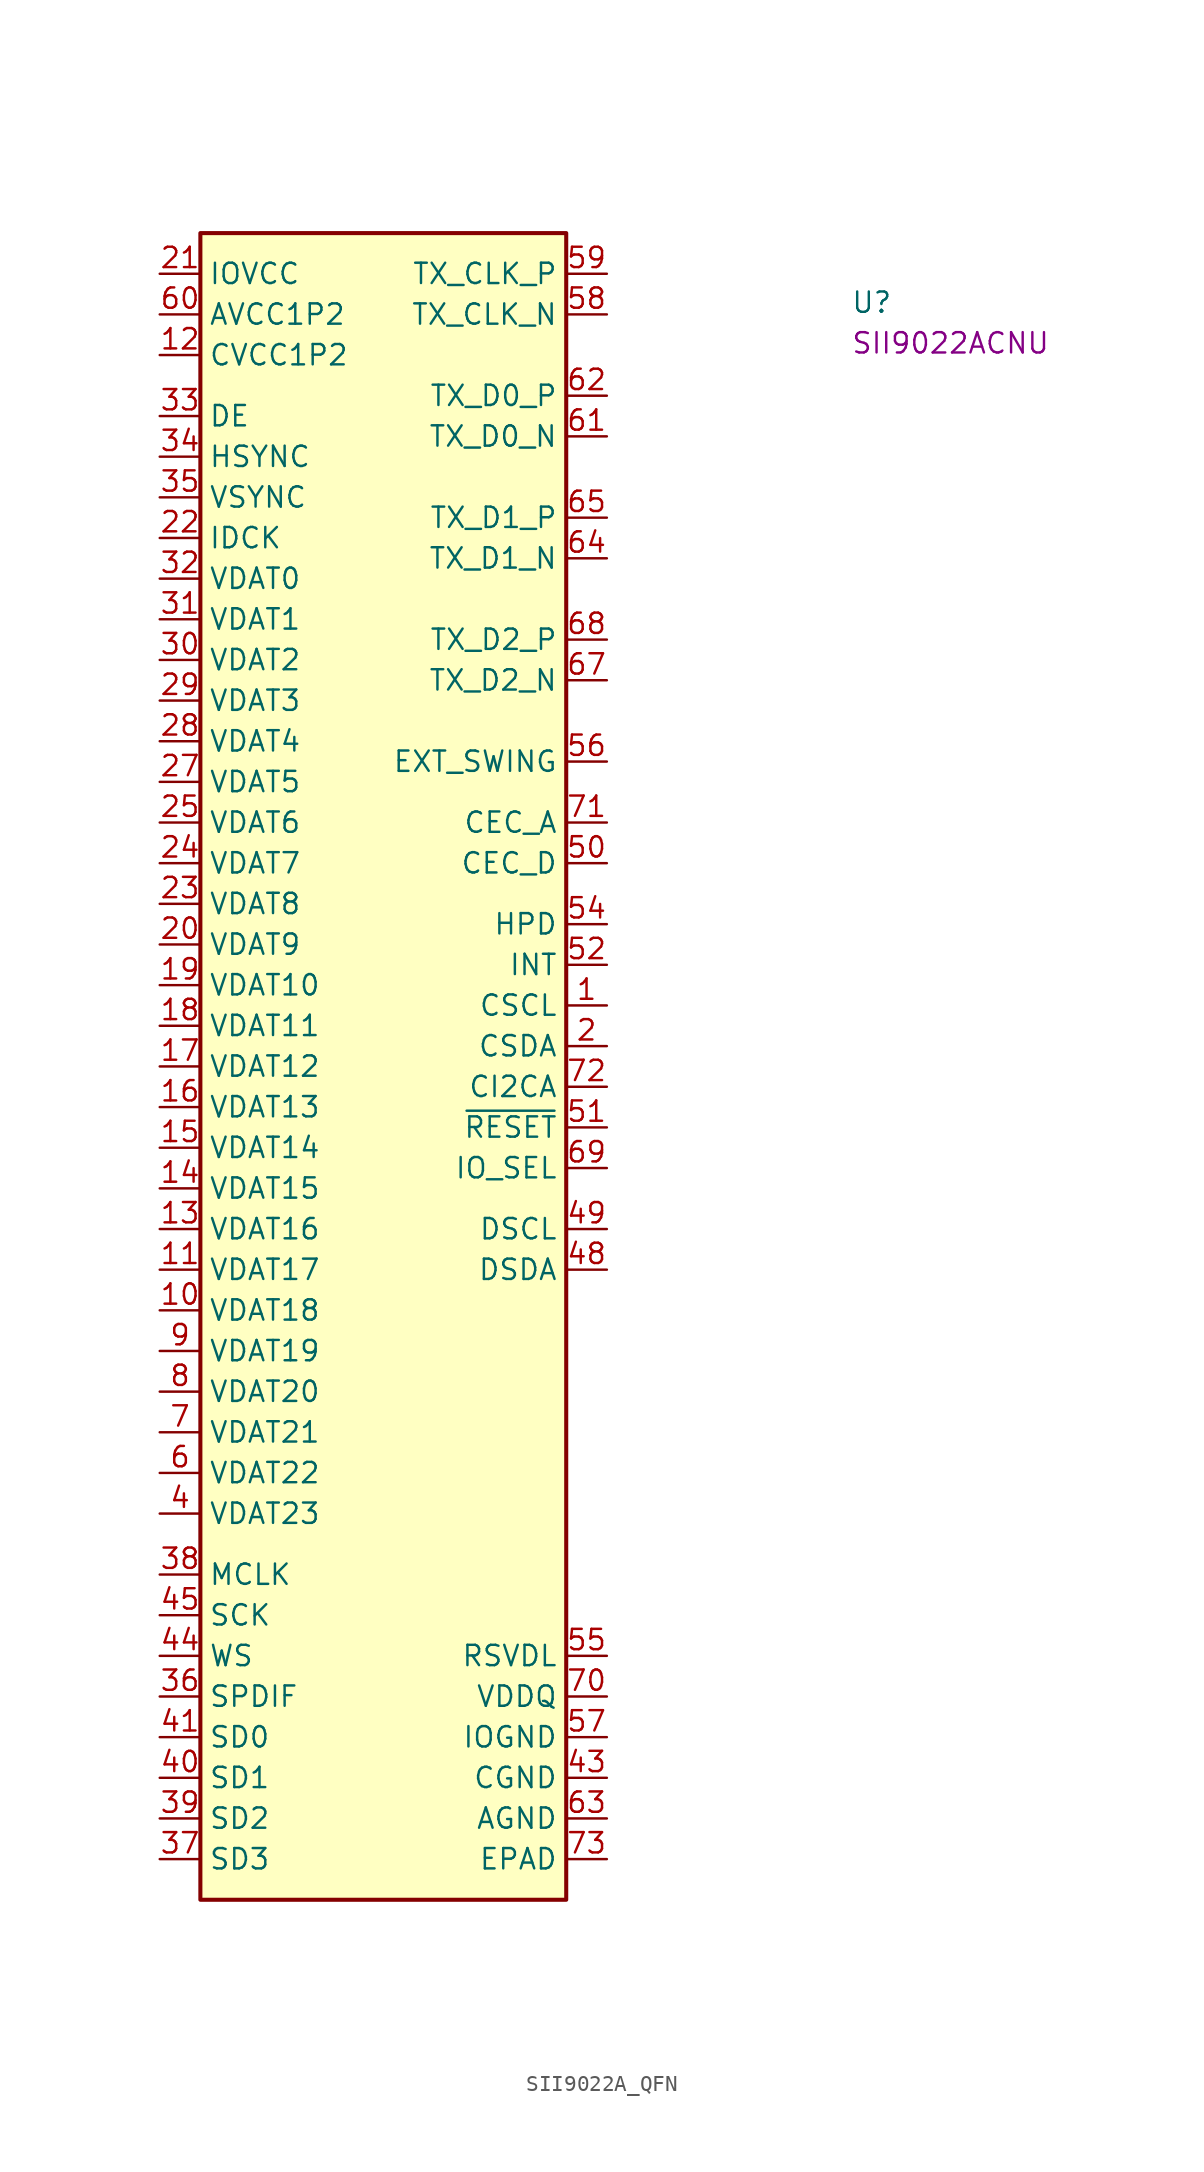
<source format=kicad_sym>
(kicad_symbol_lib
  (version 20220914)
  (generator kicad_symbol_editor)
  (symbol "SII9022A_QFN"
    (property "Reference" "U"
      (at 43.18 -2.54 0)
      (effects (font (size 1.27 1.27) (thickness 0.15)) (justify left bottom)))
    (property "MPN" "SII9022ACNU"
      (at 43.18 -5.08 0)
      (effects (font (size 1.27 1.27) (thickness 0.15)) (justify left bottom)))
    (symbol "SII9022A_QFN_1_1"
      (rectangle (start 2.54 2.54) (end 25.4 -101.6) (stroke (width 0.254) (type default)) (fill (type background)))
      (pin passive line (at 27.94 -45.72 180) (length 2.54) (name "CSCL" (effects (font (size 1.27 1.27)))) (number "1" (effects (font (size 1.27 1.27)))))
      (pin passive line (at 0 -64.77 0) (length 2.54) (name "VDAT18" (effects (font (size 1.27 1.27)))) (number "10" (effects (font (size 1.27 1.27)))))
      (pin passive line (at 0 -62.23 0) (length 2.54) (name "VDAT17" (effects (font (size 1.27 1.27)))) (number "11" (effects (font (size 1.27 1.27)))))
      (pin passive line (at 0 -5.08 0) (length 2.54) (name "CVCC1P2" (effects (font (size 1.27 1.27)))) (number "12" (effects (font (size 1.27 1.27)))))
      (pin passive line (at 0 -59.69 0) (length 2.54) (name "VDAT16" (effects (font (size 1.27 1.27)))) (number "13" (effects (font (size 1.27 1.27)))))
      (pin passive line (at 0 -57.15 0) (length 2.54) (name "VDAT15" (effects (font (size 1.27 1.27)))) (number "14" (effects (font (size 1.27 1.27)))))
      (pin passive line (at 0 -54.61 0) (length 2.54) (name "VDAT14" (effects (font (size 1.27 1.27)))) (number "15" (effects (font (size 1.27 1.27)))))
      (pin passive line (at 0 -52.07 0) (length 2.54) (name "VDAT13" (effects (font (size 1.27 1.27)))) (number "16" (effects (font (size 1.27 1.27)))))
      (pin passive line (at 0 -49.53 0) (length 2.54) (name "VDAT12" (effects (font (size 1.27 1.27)))) (number "17" (effects (font (size 1.27 1.27)))))
      (pin passive line (at 0 -46.99 0) (length 2.54) (name "VDAT11" (effects (font (size 1.27 1.27)))) (number "18" (effects (font (size 1.27 1.27)))))
      (pin passive line (at 0 -44.45 0) (length 2.54) (name "VDAT10" (effects (font (size 1.27 1.27)))) (number "19" (effects (font (size 1.27 1.27)))))
      (pin passive line (at 27.94 -48.26 180) (length 2.54) (name "CSDA" (effects (font (size 1.27 1.27)))) (number "2" (effects (font (size 1.27 1.27)))))
      (pin passive line (at 0 -41.91 0) (length 2.54) (name "VDAT9" (effects (font (size 1.27 1.27)))) (number "20" (effects (font (size 1.27 1.27)))))
      (pin passive line (at 0 0 0) (length 2.54) (name "IOVCC" (effects (font (size 1.27 1.27)))) (number "21" (effects (font (size 1.27 1.27)))))
      (pin passive line (at 0 -16.51 0) (length 2.54) (name "IDCK" (effects (font (size 1.27 1.27)))) (number "22" (effects (font (size 1.27 1.27)))))
      (pin passive line (at 0 -39.37 0) (length 2.54) (name "VDAT8" (effects (font (size 1.27 1.27)))) (number "23" (effects (font (size 1.27 1.27)))))
      (pin passive line (at 0 -36.83 0) (length 2.54) (name "VDAT7" (effects (font (size 1.27 1.27)))) (number "24" (effects (font (size 1.27 1.27)))))
      (pin passive line (at 0 -34.29 0) (length 2.54) (name "VDAT6" (effects (font (size 1.27 1.27)))) (number "25" (effects (font (size 1.27 1.27)))))
      (pin passive line (at 0 -5.08 0) (length 2.54) hide (name "CVCC1P2" (effects (font (size 1.27 1.27)))) (number "26" (effects (font (size 1.27 1.27)))))
      (pin passive line (at 0 -31.75 0) (length 2.54) (name "VDAT5" (effects (font (size 1.27 1.27)))) (number "27" (effects (font (size 1.27 1.27)))))
      (pin passive line (at 0 -29.21 0) (length 2.54) (name "VDAT4" (effects (font (size 1.27 1.27)))) (number "28" (effects (font (size 1.27 1.27)))))
      (pin passive line (at 0 -26.67 0) (length 2.54) (name "VDAT3" (effects (font (size 1.27 1.27)))) (number "29" (effects (font (size 1.27 1.27)))))
      (pin passive line (at 0 0 0) (length 2.54) hide (name "IOVCC" (effects (font (size 1.27 1.27)))) (number "3" (effects (font (size 1.27 1.27)))))
      (pin passive line (at 0 -24.13 0) (length 2.54) (name "VDAT2" (effects (font (size 1.27 1.27)))) (number "30" (effects (font (size 1.27 1.27)))))
      (pin passive line (at 0 -21.59 0) (length 2.54) (name "VDAT1" (effects (font (size 1.27 1.27)))) (number "31" (effects (font (size 1.27 1.27)))))
      (pin passive line (at 0 -19.05 0) (length 2.54) (name "VDAT0" (effects (font (size 1.27 1.27)))) (number "32" (effects (font (size 1.27 1.27)))))
      (pin passive line (at 0 -8.89 0) (length 2.54) (name "DE" (effects (font (size 1.27 1.27)))) (number "33" (effects (font (size 1.27 1.27)))))
      (pin passive line (at 0 -11.43 0) (length 2.54) (name "HSYNC" (effects (font (size 1.27 1.27)))) (number "34" (effects (font (size 1.27 1.27)))))
      (pin passive line (at 0 -13.97 0) (length 2.54) (name "VSYNC" (effects (font (size 1.27 1.27)))) (number "35" (effects (font (size 1.27 1.27)))))
      (pin passive line (at 0 -88.9 0) (length 2.54) (name "SPDIF" (effects (font (size 1.27 1.27)))) (number "36" (effects (font (size 1.27 1.27)))))
      (pin passive line (at 0 -99.06 0) (length 2.54) (name "SD3" (effects (font (size 1.27 1.27)))) (number "37" (effects (font (size 1.27 1.27)))))
      (pin passive line (at 0 -81.28 0) (length 2.54) (name "MCLK" (effects (font (size 1.27 1.27)))) (number "38" (effects (font (size 1.27 1.27)))))
      (pin passive line (at 0 -96.52 0) (length 2.54) (name "SD2" (effects (font (size 1.27 1.27)))) (number "39" (effects (font (size 1.27 1.27)))))
      (pin passive line (at 0 -77.47 0) (length 2.54) (name "VDAT23" (effects (font (size 1.27 1.27)))) (number "4" (effects (font (size 1.27 1.27)))))
      (pin passive line (at 0 -93.98 0) (length 2.54) (name "SD1" (effects (font (size 1.27 1.27)))) (number "40" (effects (font (size 1.27 1.27)))))
      (pin passive line (at 0 -91.44 0) (length 2.54) (name "SD0" (effects (font (size 1.27 1.27)))) (number "41" (effects (font (size 1.27 1.27)))))
      (pin passive line (at 0 -5.08 0) (length 2.54) hide (name "CVCC1P2" (effects (font (size 1.27 1.27)))) (number "42" (effects (font (size 1.27 1.27)))))
      (pin passive line (at 27.94 -93.98 180) (length 2.54) (name "CGND" (effects (font (size 1.27 1.27)))) (number "43" (effects (font (size 1.27 1.27)))))
      (pin passive line (at 0 -86.36 0) (length 2.54) (name "WS" (effects (font (size 1.27 1.27)))) (number "44" (effects (font (size 1.27 1.27)))))
      (pin passive line (at 0 -83.82 0) (length 2.54) (name "SCK" (effects (font (size 1.27 1.27)))) (number "45" (effects (font (size 1.27 1.27)))))
      (pin passive line (at 0 0 0) (length 2.54) hide (name "IOVCC" (effects (font (size 1.27 1.27)))) (number "46" (effects (font (size 1.27 1.27)))))
      (pin passive line (at 0 -5.08 0) (length 2.54) hide (name "CVCC1P2" (effects (font (size 1.27 1.27)))) (number "47" (effects (font (size 1.27 1.27)))))
      (pin passive line (at 27.94 -62.23 180) (length 2.54) (name "DSDA" (effects (font (size 1.27 1.27)))) (number "48" (effects (font (size 1.27 1.27)))))
      (pin passive line (at 27.94 -59.69 180) (length 2.54) (name "DSCL" (effects (font (size 1.27 1.27)))) (number "49" (effects (font (size 1.27 1.27)))))
      (pin passive line (at 0 -5.08 0) (length 2.54) hide (name "CVCC1P2" (effects (font (size 1.27 1.27)))) (number "5" (effects (font (size 1.27 1.27)))))
      (pin passive line (at 27.94 -36.83 180) (length 2.54) (name "CEC_D" (effects (font (size 1.27 1.27)))) (number "50" (effects (font (size 1.27 1.27)))))
      (pin passive line (at 27.94 -53.34 180) (length 2.54) (name "~{RESET}" (effects (font (size 1.27 1.27)))) (number "51" (effects (font (size 1.27 1.27)))))
      (pin passive line (at 27.94 -43.18 180) (length 2.54) (name "INT" (effects (font (size 1.27 1.27)))) (number "52" (effects (font (size 1.27 1.27)))))
      (pin passive line (at 0 -5.08 0) (length 2.54) hide (name "CVCC1P2" (effects (font (size 1.27 1.27)))) (number "53" (effects (font (size 1.27 1.27)))))
      (pin passive line (at 27.94 -40.64 180) (length 2.54) (name "HPD" (effects (font (size 1.27 1.27)))) (number "54" (effects (font (size 1.27 1.27)))))
      (pin passive line (at 27.94 -86.36 180) (length 2.54) (name "RSVDL" (effects (font (size 1.27 1.27)))) (number "55" (effects (font (size 1.27 1.27)))))
      (pin passive line (at 27.94 -30.48 180) (length 2.54) (name "EXT_SWING" (effects (font (size 1.27 1.27)))) (number "56" (effects (font (size 1.27 1.27)))))
      (pin passive line (at 27.94 -91.44 180) (length 2.54) (name "IOGND" (effects (font (size 1.27 1.27)))) (number "57" (effects (font (size 1.27 1.27)))))
      (pin output line (at 27.94 -2.54 180) (length 2.54) (name "TX_CLK_N" (effects (font (size 1.27 1.27)))) (number "58" (effects (font (size 1.27 1.27)))))
      (pin output line (at 27.94 0 180) (length 2.54) (name "TX_CLK_P" (effects (font (size 1.27 1.27)))) (number "59" (effects (font (size 1.27 1.27)))))
      (pin passive line (at 0 -74.93 0) (length 2.54) (name "VDAT22" (effects (font (size 1.27 1.27)))) (number "6" (effects (font (size 1.27 1.27)))))
      (pin passive line (at 0 -2.54 0) (length 2.54) (name "AVCC1P2" (effects (font (size 1.27 1.27)))) (number "60" (effects (font (size 1.27 1.27)))))
      (pin output line (at 27.94 -10.16 180) (length 2.54) (name "TX_D0_N" (effects (font (size 1.27 1.27)))) (number "61" (effects (font (size 1.27 1.27)))))
      (pin output line (at 27.94 -7.62 180) (length 2.54) (name "TX_D0_P" (effects (font (size 1.27 1.27)))) (number "62" (effects (font (size 1.27 1.27)))))
      (pin passive line (at 27.94 -96.52 180) (length 2.54) (name "AGND" (effects (font (size 1.27 1.27)))) (number "63" (effects (font (size 1.27 1.27)))))
      (pin output line (at 27.94 -17.78 180) (length 2.54) (name "TX_D1_N" (effects (font (size 1.27 1.27)))) (number "64" (effects (font (size 1.27 1.27)))))
      (pin output line (at 27.94 -15.24 180) (length 2.54) (name "TX_D1_P" (effects (font (size 1.27 1.27)))) (number "65" (effects (font (size 1.27 1.27)))))
      (pin passive line (at 0 -2.54 0) (length 2.54) hide (name "AVCC1P2" (effects (font (size 1.27 1.27)))) (number "66" (effects (font (size 1.27 1.27)))))
      (pin output line (at 27.94 -25.4 180) (length 2.54) (name "TX_D2_N" (effects (font (size 1.27 1.27)))) (number "67" (effects (font (size 1.27 1.27)))))
      (pin output line (at 27.94 -22.86 180) (length 2.54) (name "TX_D2_P" (effects (font (size 1.27 1.27)))) (number "68" (effects (font (size 1.27 1.27)))))
      (pin passive line (at 27.94 -55.88 180) (length 2.54) (name "IO_SEL" (effects (font (size 1.27 1.27)))) (number "69" (effects (font (size 1.27 1.27)))))
      (pin passive line (at 0 -72.39 0) (length 2.54) (name "VDAT21" (effects (font (size 1.27 1.27)))) (number "7" (effects (font (size 1.27 1.27)))))
      (pin passive line (at 27.94 -88.9 180) (length 2.54) (name "VDDQ" (effects (font (size 1.27 1.27)))) (number "70" (effects (font (size 1.27 1.27)))))
      (pin passive line (at 27.94 -34.29 180) (length 2.54) (name "CEC_A" (effects (font (size 1.27 1.27)))) (number "71" (effects (font (size 1.27 1.27)))))
      (pin passive line (at 27.94 -50.8 180) (length 2.54) (name "CI2CA" (effects (font (size 1.27 1.27)))) (number "72" (effects (font (size 1.27 1.27)))))
      (pin passive line (at 27.94 -99.06 180) (length 2.54) (name "EPAD" (effects (font (size 1.27 1.27)))) (number "73" (effects (font (size 1.27 1.27)))))
      (pin passive line (at 0 -69.85 0) (length 2.54) (name "VDAT20" (effects (font (size 1.27 1.27)))) (number "8" (effects (font (size 1.27 1.27)))))
      (pin passive line (at 0 -67.31 0) (length 2.54) (name "VDAT19" (effects (font (size 1.27 1.27)))) (number "9" (effects (font (size 1.27 1.27))))))))
</source>
